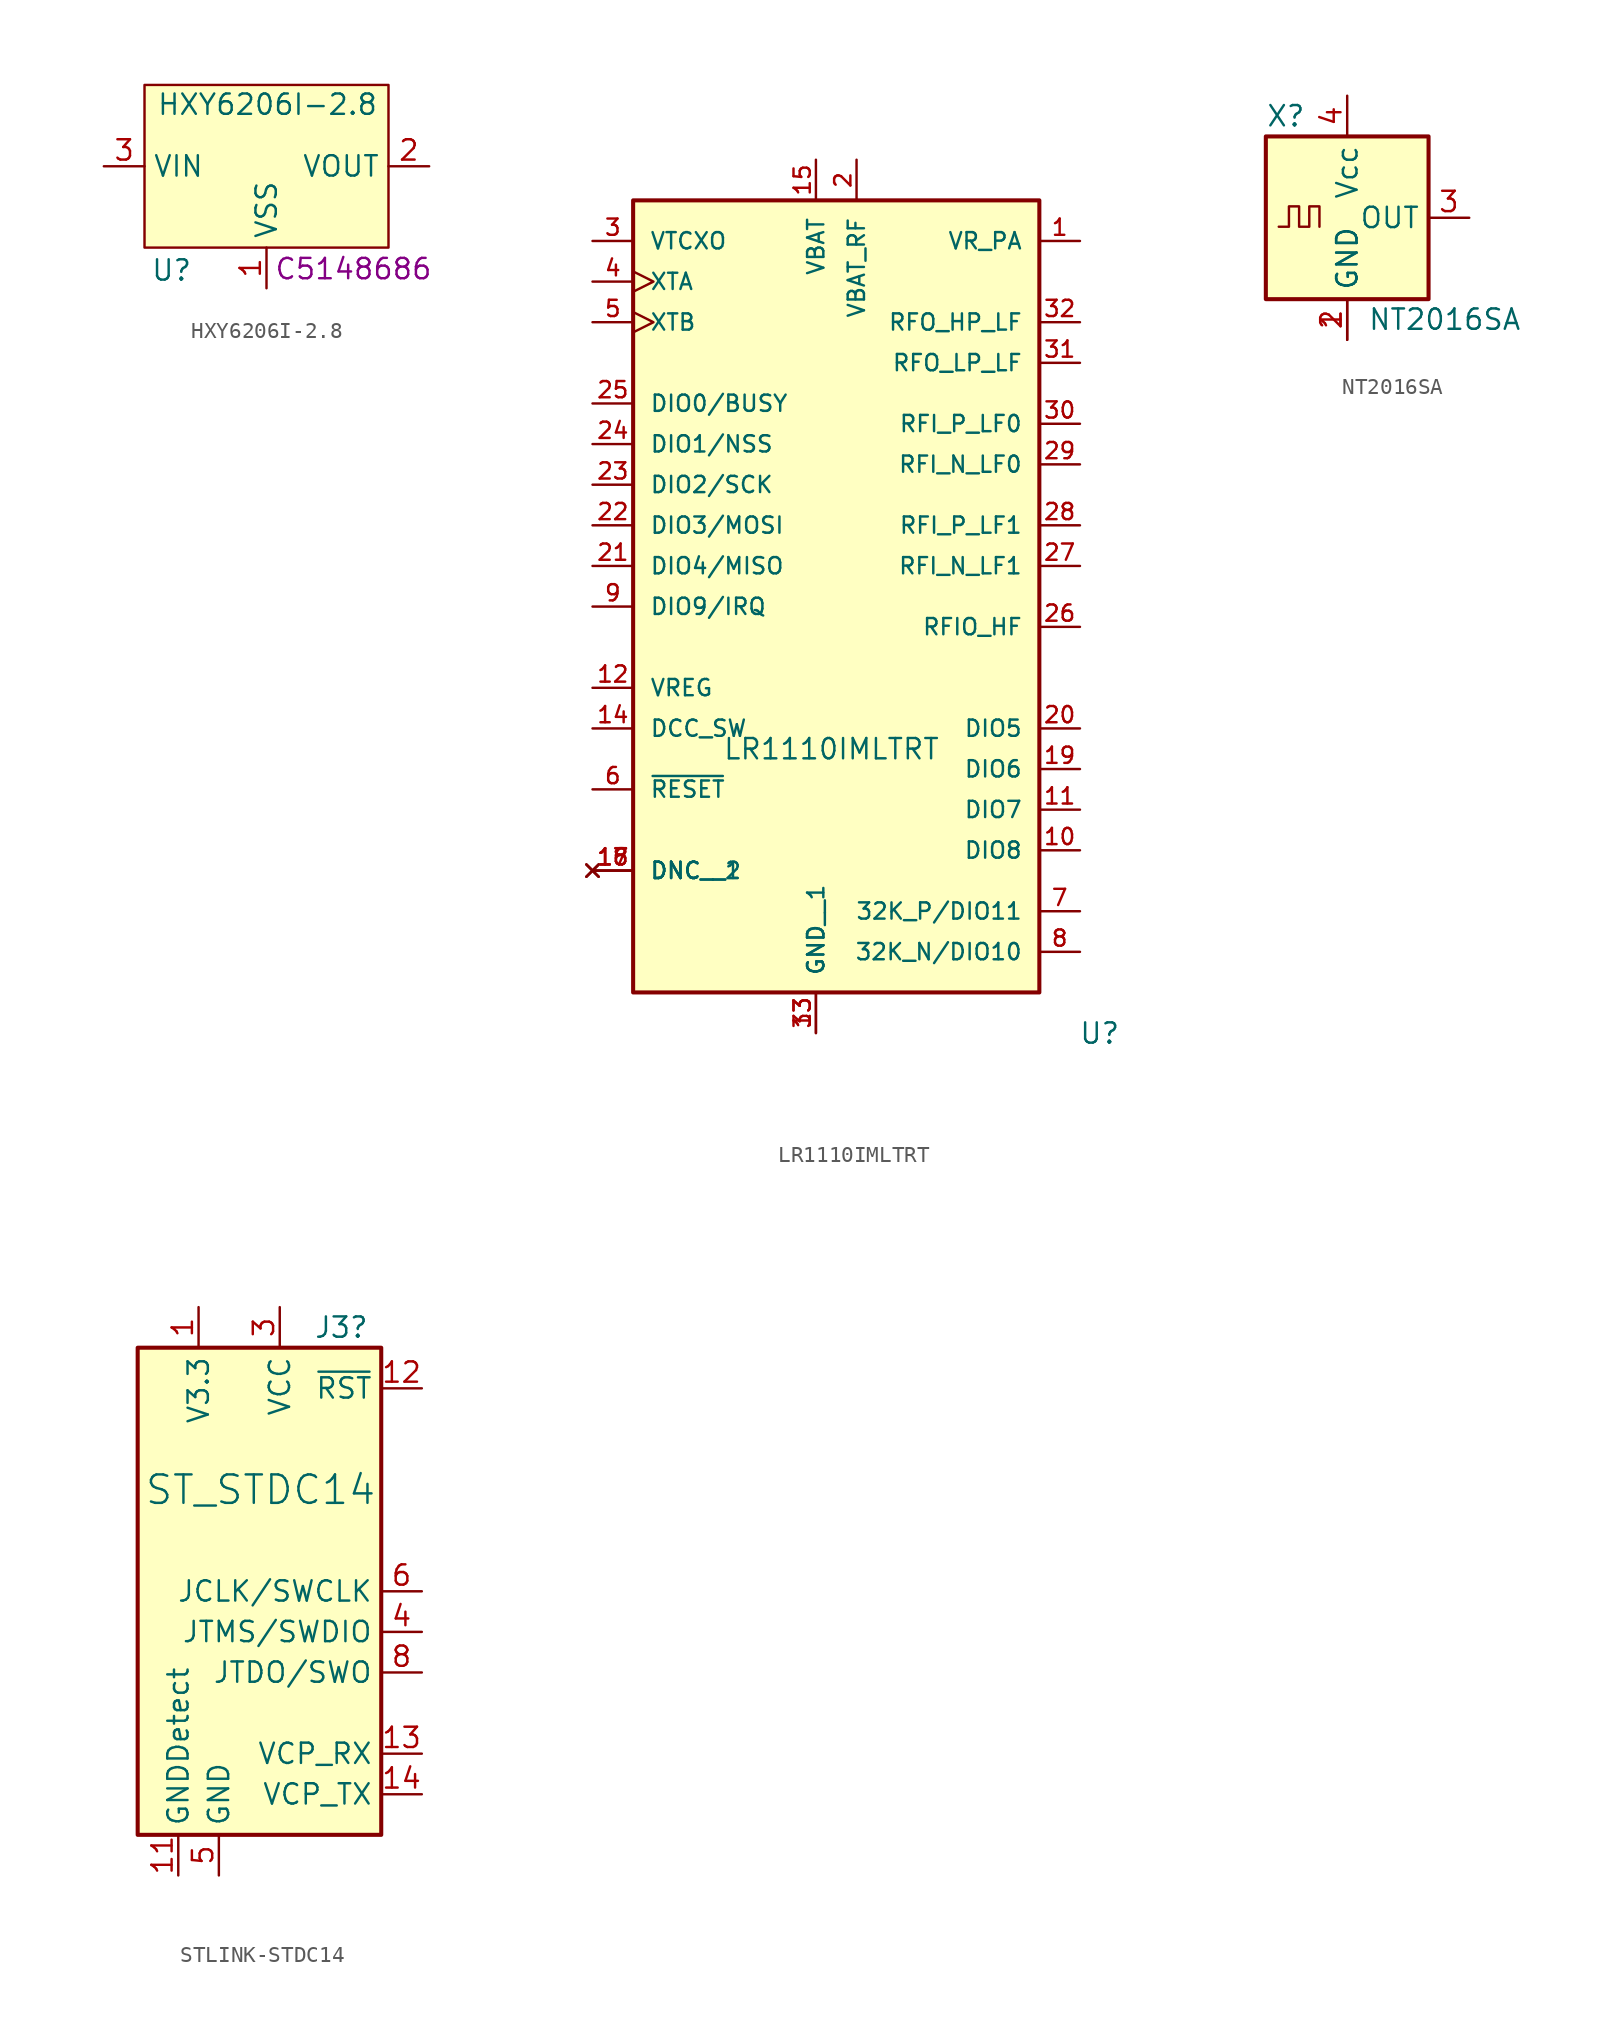
<source format=kicad_sym>
(kicad_symbol_lib
  (version 20231120)
  (generator "kicad_symbol_editor")
  (generator_version "8.0")
  (symbol "HXY6206I-2.8"
    (property "Reference" "U"
      (at -7.24 -6.499 0)
      (effects (font (size 1.27 1.27)) (justify left)))
    (property "Value" "HXY6206I-2.8"
      (at 0.061 3.856 0)
      (effects (font (size 1.27 1.27))))
    (property "LCSC" "C5148686"
      (at 5.433 -6.413 0)
      (effects (font (size 1.27 1.27))))
    (symbol "HXY6206I-2.8_1_1"
      (rectangle (start -7.62 5.08) (end 7.62 -5.08) (stroke (width 0) (type default)) (fill (type background)))
      (pin power_out line (at 0 -7.62 90) (length 2.54) (name "VSS" (effects (font (size 1.27 1.27)))) (number "1" (effects (font (size 1.27 1.27)))))
      (pin power_out line (at 10.16 0 180) (length 2.54) (name "VOUT" (effects (font (size 1.27 1.27)))) (number "2" (effects (font (size 1.27 1.27)))))
      (pin power_in line (at -10.16 0 0) (length 2.54) (name "VIN" (effects (font (size 1.27 1.27)))) (number "3" (effects (font (size 1.27 1.27)))))))
  (symbol "LR1110IMLTRT"
    (pin_names
      (offset 1.016))
    (property "Reference" "U"
      (at 17.78 -27.432 0)
      (effects (font (size 1.27 1.27)) (justify right bottom)))
    (property "Value" "LR1110IMLTRT"
      (at -7.112 -9.652 0)
      (effects (font (size 1.27 1.27)) (justify left bottom)))
    (symbol "LR1110IMLTRT_0_0"
      (rectangle (start -12.7 25.4) (end 12.7 -24.13) (stroke (width 0.254) (type default)) (fill (type background)))
      (pin output line (at 15.24 22.86 180) (length 2.54) (name "VR_PA" (effects (font (size 1.016 1.016)))) (number "1" (effects (font (size 1.016 1.016)))))
      (pin bidirectional line (at 15.24 -15.24 180) (length 2.54) (name "DIO8" (effects (font (size 1.016 1.016)))) (number "10" (effects (font (size 1.016 1.016)))))
      (pin bidirectional line (at 15.24 -12.7 180) (length 2.54) (name "DIO7" (effects (font (size 1.016 1.016)))) (number "11" (effects (font (size 1.016 1.016)))))
      (pin output line (at -15.24 -5.08 0) (length 2.54) (name "VREG" (effects (font (size 1.016 1.016)))) (number "12" (effects (font (size 1.016 1.016)))))
      (pin power_in line (at -1.27 -26.67 90) (length 2.54) (name "GND" (effects (font (size 1.016 1.016)))) (number "13" (effects (font (size 1.016 1.016)))))
      (pin output line (at -15.24 -7.62 0) (length 2.54) (name "DCC_SW" (effects (font (size 1.016 1.016)))) (number "14" (effects (font (size 1.016 1.016)))))
      (pin power_in line (at -1.27 27.94 270) (length 2.54) (name "VBAT" (effects (font (size 1.016 1.016)))) (number "15" (effects (font (size 1.016 1.016)))))
      (pin no_connect line (at -15.24 -16.51 0) (length 2.54) (name "DNC" (effects (font (size 1.016 1.016)))) (number "16" (effects (font (size 1.016 1.016)))))
      (pin no_connect line (at -15.24 -16.51 0) (length 2.54) (name "DNC__1" (effects (font (size 1.016 1.016)))) (number "17" (effects (font (size 1.016 1.016)))))
      (pin no_connect line (at -15.24 -16.51 0) (length 2.54) (name "DNC__2" (effects (font (size 1.016 1.016)))) (number "18" (effects (font (size 1.016 1.016)))))
      (pin bidirectional line (at 15.24 -10.16 180) (length 2.54) (name "DIO6" (effects (font (size 1.016 1.016)))) (number "19" (effects (font (size 1.016 1.016)))))
      (pin power_in line (at 1.27 27.94 270) (length 2.54) (name "VBAT_RF" (effects (font (size 1.016 1.016)))) (number "2" (effects (font (size 1.016 1.016)))))
      (pin bidirectional line (at 15.24 -7.62 180) (length 2.54) (name "DIO5" (effects (font (size 1.016 1.016)))) (number "20" (effects (font (size 1.016 1.016)))))
      (pin bidirectional line (at -15.24 12.7 0) (length 2.54) (name "DIO0/BUSY" (effects (font (size 1.016 1.016)))) (number "25" (effects (font (size 1.016 1.016)))))
      (pin bidirectional line (at 15.24 -1.27 180) (length 2.54) (name "RFIO_HF" (effects (font (size 1.016 1.016)))) (number "26" (effects (font (size 1.016 1.016)))))
      (pin input line (at 15.24 2.54 180) (length 2.54) (name "RFI_N_LF1" (effects (font (size 1.016 1.016)))) (number "27" (effects (font (size 1.016 1.016)))))
      (pin input line (at 15.24 5.08 180) (length 2.54) (name "RFI_P_LF1" (effects (font (size 1.016 1.016)))) (number "28" (effects (font (size 1.016 1.016)))))
      (pin input line (at 15.24 8.89 180) (length 2.54) (name "RFI_N_LF0" (effects (font (size 1.016 1.016)))) (number "29" (effects (font (size 1.016 1.016)))))
      (pin input line (at 15.24 11.43 180) (length 2.54) (name "RFI_P_LF0" (effects (font (size 1.016 1.016)))) (number "30" (effects (font (size 1.016 1.016)))))
      (pin output line (at 15.24 15.24 180) (length 2.54) (name "RFO_LP_LF" (effects (font (size 1.016 1.016)))) (number "31" (effects (font (size 1.016 1.016)))))
      (pin output line (at 15.24 17.78 180) (length 2.54) (name "RFO_HP_LF" (effects (font (size 1.016 1.016)))) (number "32" (effects (font (size 1.016 1.016)))))
      (pin power_in line (at -1.27 -26.67 90) (length 2.54) (name "GND__1" (effects (font (size 1.016 1.016)))) (number "33" (effects (font (size 1.016 1.016)))))
      (pin input clock (at -15.24 20.32 0) (length 2.54) (name "XTA" (effects (font (size 1.016 1.016)))) (number "4" (effects (font (size 1.016 1.016)))))
      (pin bidirectional clock (at -15.24 17.78 0) (length 2.54) (name "XTB" (effects (font (size 1.016 1.016)))) (number "5" (effects (font (size 1.016 1.016)))))
      (pin input line (at -15.24 -11.43 0) (length 2.54) (name "~{RESET}" (effects (font (size 1.016 1.016)))) (number "6" (effects (font (size 1.016 1.016)))))
      (pin bidirectional line (at 15.24 -19.05 180) (length 2.54) (name "32K_P/DIO11" (effects (font (size 1.016 1.016)))) (number "7" (effects (font (size 1.016 1.016)))))
      (pin bidirectional line (at 15.24 -21.59 180) (length 2.54) (name "32K_N/DIO10" (effects (font (size 1.016 1.016)))) (number "8" (effects (font (size 1.016 1.016))))))
    (symbol "LR1110IMLTRT_1_0"
      (pin bidirectional line (at -15.24 2.54 0) (length 2.54) (name "DIO4/MISO" (effects (font (size 1.016 1.016)))) (number "21" (effects (font (size 1.016 1.016)))))
      (pin bidirectional line (at -15.24 5.08 0) (length 2.54) (name "DIO3/MOSI" (effects (font (size 1.016 1.016)))) (number "22" (effects (font (size 1.016 1.016)))))
      (pin bidirectional line (at -15.24 7.62 0) (length 2.54) (name "DIO2/SCK" (effects (font (size 1.016 1.016)))) (number "23" (effects (font (size 1.016 1.016)))))
      (pin bidirectional line (at -15.24 10.16 0) (length 2.54) (name "DIO1/NSS" (effects (font (size 1.016 1.016)))) (number "24" (effects (font (size 1.016 1.016)))))
      (pin power_out line (at -15.24 22.86 0) (length 2.54) (name "VTCXO" (effects (font (size 1.016 1.016)))) (number "3" (effects (font (size 1.016 1.016)))))
      (pin bidirectional line (at -15.24 0 0) (length 2.54) (name "DIO9/IRQ" (effects (font (size 1.016 1.016)))) (number "9" (effects (font (size 1.016 1.016)))))))
  (symbol "NT2016SA"
    (property "Reference" "X"
      (at -5.08 6.35 0)
      (effects (font (size 1.27 1.27)) (justify left)))
    (property "Value" "NT2016SA"
      (at 1.27 -6.35 0)
      (effects (font (size 1.27 1.27)) (justify left)))
    (symbol "NT2016SA_0_1"
      (rectangle (start -5.08 5.08) (end 5.08 -5.08) (stroke (width 0.254) (type default)) (fill (type background)))
      (polyline (pts (xy -4.272 -0.558) (xy -3.637 -0.558) (xy -3.637 0.712) (xy -3.002 0.712) (xy -3.002 -0.558) (xy -2.367 -0.558) (xy -2.367 0.712) (xy -1.732 0.712) (xy -1.732 -0.558)) (stroke (width 0) (type default)) (fill (type none))))
    (symbol "NT2016SA_1_1"
      (pin power_in line (at 0 -7.62 90) (length 2.54) (name "GND" (effects (font (size 1.27 1.27)))) (number "1" (effects (font (size 1.27 1.27)))))
      (pin power_in line (at 0 -7.62 90) (length 2.54) (name "GND" (effects (font (size 1.27 1.27)))) (number "2" (effects (font (size 1.27 1.27)))))
      (pin output line (at 7.62 0 180) (length 2.54) (name "OUT" (effects (font (size 1.27 1.27)))) (number "3" (effects (font (size 1.27 1.27)))))
      (pin power_in line (at 0 7.62 270) (length 2.54) (name "Vcc" (effects (font (size 1.27 1.27)))) (number "4" (effects (font (size 1.27 1.27)))))))
  (symbol "STLINK-STDC14"
    (property "Reference" "J3"
      (at 6.858 16.51 0)
      (effects (font (size 1.27 1.27)) (justify right)))
    (property "Value" "ST_STDC14"
      (at 7.366 6.35 0)
      (effects (font (size 1.778 1.778)) (justify right)))
    (symbol "STLINK-STDC14_0_1"
      (rectangle (start -7.62 15.24) (end 7.62 -15.24) (stroke (width 0.254) (type default)) (fill (type background))))
    (symbol "STLINK-STDC14_1_1"
      (pin power_out line (at -3.81 17.78 270) (length 2.54) (name "V3.3" (effects (font (size 1.27 1.27)))) (number "1" (effects (font (size 1.27 1.27)))))
      (pin power_in line (at -2.54 -17.78 90) (length 2.54) hide (name "JTDI/NC" (effects (font (size 1.27 1.27)))) (number "10" (effects (font (size 1.27 1.27)))))
      (pin passive line (at -5.08 -17.78 90) (length 2.54) (name "GNDDetect" (effects (font (size 1.27 1.27)))) (number "11" (effects (font (size 1.27 1.27)))))
      (pin open_collector line (at 10.16 12.7 180) (length 2.54) (name "~{RST}" (effects (font (size 1.27 1.27)))) (number "12" (effects (font (size 1.27 1.27)))))
      (pin output line (at 10.16 -10.16 180) (length 2.54) (name "VCP_RX" (effects (font (size 1.27 1.27)))) (number "13" (effects (font (size 1.27 1.27)))))
      (pin input line (at 10.16 -12.7 180) (length 2.54) (name "VCP_TX" (effects (font (size 1.27 1.27)))) (number "14" (effects (font (size 1.27 1.27)))))
      (pin no_connect line (at -10.16 2.54 0) (length 2.54) hide (name "NC" (effects (font (size 1.27 1.27)))) (number "2" (effects (font (size 1.27 1.27)))))
      (pin power_in line (at 1.27 17.78 270) (length 2.54) (name "VCC" (effects (font (size 1.27 1.27)))) (number "3" (effects (font (size 1.27 1.27)))))
      (pin bidirectional line (at 10.16 -2.54 180) (length 2.54) (name "JTMS/SWDIO" (effects (font (size 1.27 1.27)))) (number "4" (effects (font (size 1.27 1.27)))))
      (pin power_in line (at -2.54 -17.78 90) (length 2.54) (name "GND" (effects (font (size 1.27 1.27)))) (number "5" (effects (font (size 1.27 1.27)))))
      (pin output line (at 10.16 0 180) (length 2.54) (name "JCLK/SWCLK" (effects (font (size 1.27 1.27)))) (number "6" (effects (font (size 1.27 1.27)))))
      (pin passive line (at -2.54 -17.78 90) (length 2.54) hide (name "GND" (effects (font (size 1.27 1.27)))) (number "7" (effects (font (size 1.27 1.27)))))
      (pin input line (at 10.16 -5.08 180) (length 2.54) (name "JTDO/SWO" (effects (font (size 1.27 1.27)))) (number "8" (effects (font (size 1.27 1.27)))))
      (pin no_connect line (at 10.16 3.81 180) (length 2.54) hide (name "JRCLK/NC" (effects (font (size 1.27 1.27)))) (number "9" (effects (font (size 1.27 1.27))))))))
</source>
